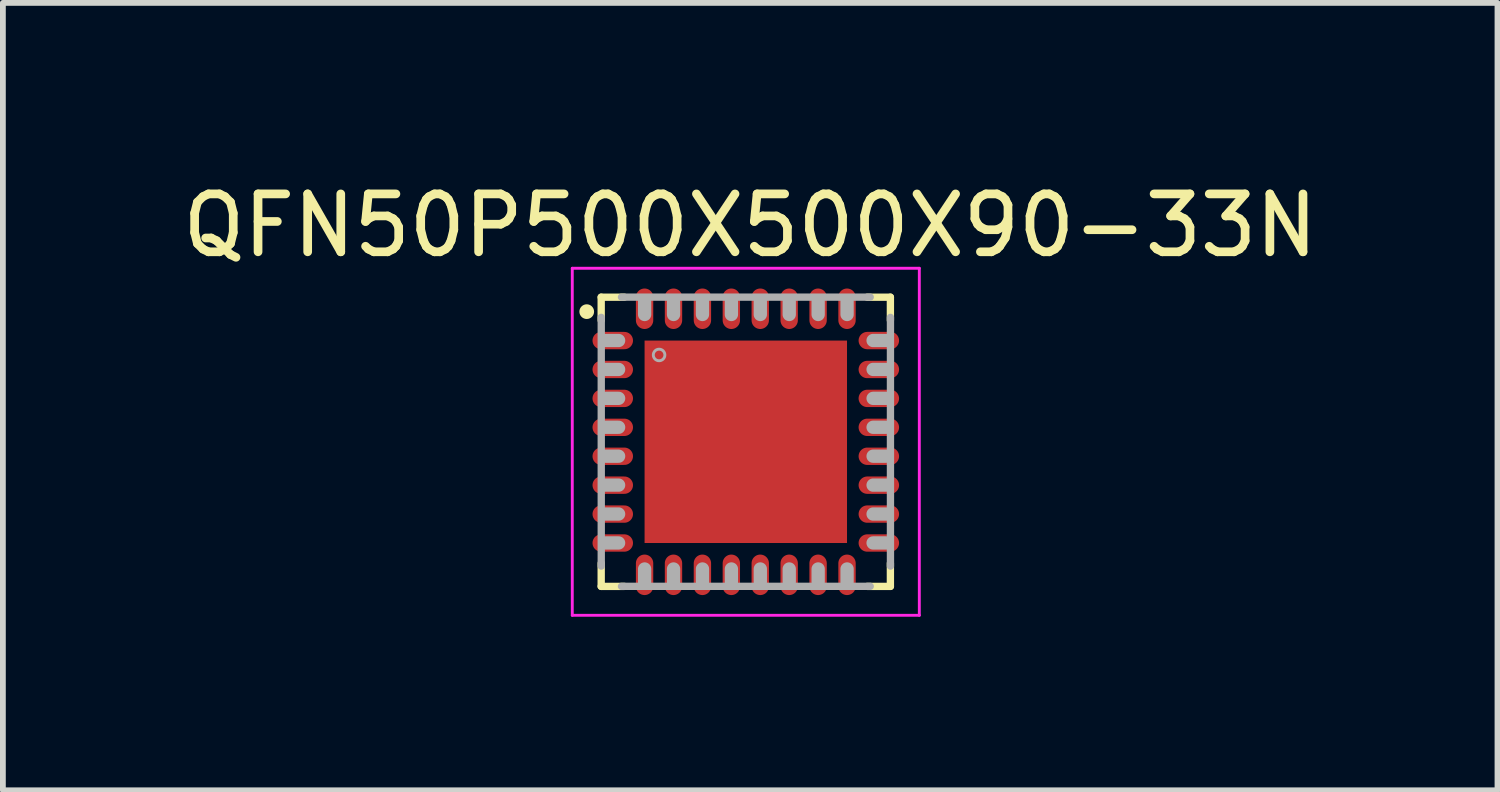
<source format=kicad_pcb>
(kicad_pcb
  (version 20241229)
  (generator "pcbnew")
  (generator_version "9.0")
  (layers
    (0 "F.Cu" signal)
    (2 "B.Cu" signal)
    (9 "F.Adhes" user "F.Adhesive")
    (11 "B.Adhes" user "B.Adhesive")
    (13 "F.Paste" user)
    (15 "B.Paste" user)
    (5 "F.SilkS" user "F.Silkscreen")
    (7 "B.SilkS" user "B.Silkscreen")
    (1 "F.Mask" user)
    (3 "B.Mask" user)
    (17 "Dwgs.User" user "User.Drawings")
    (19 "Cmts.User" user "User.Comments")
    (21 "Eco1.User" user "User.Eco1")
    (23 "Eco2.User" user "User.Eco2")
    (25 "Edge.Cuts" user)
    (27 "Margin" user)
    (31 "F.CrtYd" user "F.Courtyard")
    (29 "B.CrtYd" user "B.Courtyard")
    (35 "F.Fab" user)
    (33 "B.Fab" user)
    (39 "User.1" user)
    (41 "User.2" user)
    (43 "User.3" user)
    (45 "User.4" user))
  (footprint "QFN50P500X500X90-33N"
    (layer "F.Cu")
    (at 9.844 4.588)
    (property "Reference" "QFN50P500X500X90-33N" (at 0.076 -3.74 0) (layer "F.SilkS") (effects (font (size 1.001 1.001) (thickness 0.15))))
    (attr smd)
    (fp_line (start -2.099 -1.751) (end -2.499 -1.751) (stroke (width 0.4) (type solid)) (layer "F.Mask"))
    (fp_line (start -2.099 -1.251) (end -2.499 -1.251) (stroke (width 0.4) (type solid)) (layer "F.Mask"))
    (fp_line (start -2.099 -0.751) (end -2.499 -0.751) (stroke (width 0.4) (type solid)) (layer "F.Mask"))
    (fp_line (start -2.099 -0.251) (end -2.499 -0.251) (stroke (width 0.4) (type solid)) (layer "F.Mask"))
    (fp_line (start -2.099 0.249) (end -2.499 0.249) (stroke (width 0.4) (type solid)) (layer "F.Mask"))
    (fp_line (start -2.099 0.749) (end -2.499 0.749) (stroke (width 0.4) (type solid)) (layer "F.Mask"))
    (fp_line (start -2.099 1.249) (end -2.499 1.249) (stroke (width 0.4) (type solid)) (layer "F.Mask"))
    (fp_line (start -2.099 1.749) (end -2.499 1.749) (stroke (width 0.4) (type solid)) (layer "F.Mask"))
    (fp_line (start -1.749 -2.101) (end -1.749 -2.501) (stroke (width 0.4) (type solid)) (layer "F.Mask"))
    (fp_line (start -1.749 2.099) (end -1.749 2.499) (stroke (width 0.4) (type solid)) (layer "F.Mask"))
    (fp_line (start -1.249 -2.101) (end -1.249 -2.501) (stroke (width 0.4) (type solid)) (layer "F.Mask"))
    (fp_line (start -1.249 2.099) (end -1.249 2.499) (stroke (width 0.4) (type solid)) (layer "F.Mask"))
    (fp_line (start -0.749 -2.101) (end -0.749 -2.501) (stroke (width 0.4) (type solid)) (layer "F.Mask"))
    (fp_line (start -0.749 2.099) (end -0.749 2.499) (stroke (width 0.4) (type solid)) (layer "F.Mask"))
    (fp_line (start -0.249 -2.101) (end -0.249 -2.501) (stroke (width 0.4) (type solid)) (layer "F.Mask"))
    (fp_line (start -0.249 2.099) (end -0.249 2.499) (stroke (width 0.4) (type solid)) (layer "F.Mask"))
    (fp_line (start 0.251 -2.101) (end 0.251 -2.501) (stroke (width 0.4) (type solid)) (layer "F.Mask"))
    (fp_line (start 0.251 2.099) (end 0.251 2.499) (stroke (width 0.4) (type solid)) (layer "F.Mask"))
    (fp_line (start 0.751 -2.101) (end 0.751 -2.501) (stroke (width 0.4) (type solid)) (layer "F.Mask"))
    (fp_line (start 0.751 2.099) (end 0.751 2.499) (stroke (width 0.4) (type solid)) (layer "F.Mask"))
    (fp_line (start 1.251 -2.101) (end 1.251 -2.501) (stroke (width 0.4) (type solid)) (layer "F.Mask"))
    (fp_line (start 1.251 2.099) (end 1.251 2.499) (stroke (width 0.4) (type solid)) (layer "F.Mask"))
    (fp_line (start 1.751 -2.101) (end 1.751 -2.501) (stroke (width 0.4) (type solid)) (layer "F.Mask"))
    (fp_line (start 1.751 2.099) (end 1.751 2.499) (stroke (width 0.4) (type solid)) (layer "F.Mask"))
    (fp_line (start 2.101 -1.751) (end 2.501 -1.751) (stroke (width 0.4) (type solid)) (layer "F.Mask"))
    (fp_line (start 2.101 -1.251) (end 2.501 -1.251) (stroke (width 0.4) (type solid)) (layer "F.Mask"))
    (fp_line (start 2.101 -0.751) (end 2.501 -0.751) (stroke (width 0.4) (type solid)) (layer "F.Mask"))
    (fp_line (start 2.101 -0.251) (end 2.501 -0.251) (stroke (width 0.4) (type solid)) (layer "F.Mask"))
    (fp_line (start 2.101 0.249) (end 2.501 0.249) (stroke (width 0.4) (type solid)) (layer "F.Mask"))
    (fp_line (start 2.101 0.749) (end 2.501 0.749) (stroke (width 0.4) (type solid)) (layer "F.Mask"))
    (fp_line (start 2.101 1.249) (end 2.501 1.249) (stroke (width 0.4) (type solid)) (layer "F.Mask"))
    (fp_line (start 2.101 1.749) (end 2.501 1.749) (stroke (width 0.4) (type solid)) (layer "F.Mask"))
    (fp_line (start -2.5 -2.5) (end -2.5 -2.1) (stroke (width 0.127) (type solid)) (layer "F.SilkS"))
    (fp_line (start -2.5 2.1) (end -2.5 2.5) (stroke (width 0.127) (type solid)) (layer "F.SilkS"))
    (fp_line (start -2.5 2.5) (end -2.1 2.5) (stroke (width 0.127) (type solid)) (layer "F.SilkS"))
    (fp_line (start -2.1 -2.5) (end -2.5 -2.5) (stroke (width 0.127) (type solid)) (layer "F.SilkS"))
    (fp_line (start 2.1 -2.5) (end 2.5 -2.5) (stroke (width 0.127) (type solid)) (layer "F.SilkS"))
    (fp_line (start 2.1 2.5) (end 2.5 2.5) (stroke (width 0.127) (type solid)) (layer "F.SilkS"))
    (fp_line (start 2.5 -2.5) (end 2.5 -2.1) (stroke (width 0.127) (type solid)) (layer "F.SilkS"))
    (fp_line (start 2.5 2.5) (end 2.5 2.1) (stroke (width 0.127) (type solid)) (layer "F.SilkS"))
    (fp_circle (center -2.75 -2.25) (end -2.623 -2.25) (stroke (width 0) (type solid)) (fill yes) (layer "F.SilkS"))
    (fp_poly (pts (xy -1.101 -1.1) (xy 1.1 -1.1) (xy 1.1 1.101) (xy -1.101 1.101)) (stroke (width 0.01) (type solid)) (fill yes) (layer "F.Paste"))
    (fp_line (start -3 -3) (end 3 -3) (stroke (width 0.05) (type solid)) (layer "F.CrtYd"))
    (fp_line (start -3 3) (end -3 -3) (stroke (width 0.05) (type solid)) (layer "F.CrtYd"))
    (fp_line (start 3 -3) (end 3 3) (stroke (width 0.05) (type solid)) (layer "F.CrtYd"))
    (fp_line (start 3 3) (end -3 3) (stroke (width 0.05) (type solid)) (layer "F.CrtYd"))
    (fp_line (start -2.499 2.149) (end -2.499 -2.151) (stroke (width 0.127) (type solid)) (layer "F.Fab"))
    (fp_line (start -2.199 -1.751) (end -2.424 -1.751) (stroke (width 0.23) (type solid)) (layer "F.Fab"))
    (fp_line (start -2.199 -1.251) (end -2.424 -1.251) (stroke (width 0.23) (type solid)) (layer "F.Fab"))
    (fp_line (start -2.199 -0.751) (end -2.424 -0.751) (stroke (width 0.23) (type solid)) (layer "F.Fab"))
    (fp_line (start -2.199 -0.251) (end -2.424 -0.251) (stroke (width 0.23) (type solid)) (layer "F.Fab"))
    (fp_line (start -2.199 0.249) (end -2.424 0.249) (stroke (width 0.23) (type solid)) (layer "F.Fab"))
    (fp_line (start -2.199 0.749) (end -2.424 0.749) (stroke (width 0.23) (type solid)) (layer "F.Fab"))
    (fp_line (start -2.199 1.249) (end -2.424 1.249) (stroke (width 0.23) (type solid)) (layer "F.Fab"))
    (fp_line (start -2.199 1.749) (end -2.424 1.749) (stroke (width 0.23) (type solid)) (layer "F.Fab"))
    (fp_line (start -2.149 -2.501) (end 2.151 -2.501) (stroke (width 0.127) (type solid)) (layer "F.Fab"))
    (fp_line (start -1.749 -2.201) (end -1.749 -2.426) (stroke (width 0.23) (type solid)) (layer "F.Fab"))
    (fp_line (start -1.749 2.199) (end -1.749 2.424) (stroke (width 0.23) (type solid)) (layer "F.Fab"))
    (fp_line (start -1.249 -2.201) (end -1.249 -2.426) (stroke (width 0.23) (type solid)) (layer "F.Fab"))
    (fp_line (start -1.249 2.199) (end -1.249 2.424) (stroke (width 0.23) (type solid)) (layer "F.Fab"))
    (fp_line (start -0.749 -2.201) (end -0.749 -2.426) (stroke (width 0.23) (type solid)) (layer "F.Fab"))
    (fp_line (start -0.749 2.199) (end -0.749 2.424) (stroke (width 0.23) (type solid)) (layer "F.Fab"))
    (fp_line (start -0.249 -2.201) (end -0.249 -2.426) (stroke (width 0.23) (type solid)) (layer "F.Fab"))
    (fp_line (start -0.249 2.199) (end -0.249 2.424) (stroke (width 0.23) (type solid)) (layer "F.Fab"))
    (fp_line (start 0.251 -2.201) (end 0.251 -2.426) (stroke (width 0.23) (type solid)) (layer "F.Fab"))
    (fp_line (start 0.251 2.199) (end 0.251 2.424) (stroke (width 0.23) (type solid)) (layer "F.Fab"))
    (fp_line (start 0.751 -2.201) (end 0.751 -2.426) (stroke (width 0.23) (type solid)) (layer "F.Fab"))
    (fp_line (start 0.751 2.199) (end 0.751 2.424) (stroke (width 0.23) (type solid)) (layer "F.Fab"))
    (fp_line (start 1.251 -2.201) (end 1.251 -2.426) (stroke (width 0.23) (type solid)) (layer "F.Fab"))
    (fp_line (start 1.251 2.199) (end 1.251 2.424) (stroke (width 0.23) (type solid)) (layer "F.Fab"))
    (fp_line (start 1.751 -2.201) (end 1.751 -2.426) (stroke (width 0.23) (type solid)) (layer "F.Fab"))
    (fp_line (start 1.751 2.199) (end 1.751 2.424) (stroke (width 0.23) (type solid)) (layer "F.Fab"))
    (fp_line (start 2.151 2.499) (end -2.149 2.499) (stroke (width 0.127) (type solid)) (layer "F.Fab"))
    (fp_line (start 2.201 -1.751) (end 2.426 -1.751) (stroke (width 0.23) (type solid)) (layer "F.Fab"))
    (fp_line (start 2.201 -1.251) (end 2.426 -1.251) (stroke (width 0.23) (type solid)) (layer "F.Fab"))
    (fp_line (start 2.201 -0.751) (end 2.426 -0.751) (stroke (width 0.23) (type solid)) (layer "F.Fab"))
    (fp_line (start 2.201 -0.251) (end 2.426 -0.251) (stroke (width 0.23) (type solid)) (layer "F.Fab"))
    (fp_line (start 2.201 0.249) (end 2.426 0.249) (stroke (width 0.23) (type solid)) (layer "F.Fab"))
    (fp_line (start 2.201 0.749) (end 2.426 0.749) (stroke (width 0.23) (type solid)) (layer "F.Fab"))
    (fp_line (start 2.201 1.249) (end 2.426 1.249) (stroke (width 0.23) (type solid)) (layer "F.Fab"))
    (fp_line (start 2.201 1.749) (end 2.426 1.749) (stroke (width 0.23) (type solid)) (layer "F.Fab"))
    (fp_line (start 2.501 -2.151) (end 2.501 2.149) (stroke (width 0.127) (type solid)) (layer "F.Fab"))
    (fp_circle (center -1.499 -1.501) (end -1.399 -1.501) (stroke (width 0.05) (type solid)) (fill no) (layer "F.Fab"))
    (pad "1" smd oval (at -2.3 -1.75) (size 0.7 0.3) (layers "F.Cu" "F.Paste"))
    (pad "2" smd oval (at -2.3 -1.25) (size 0.7 0.3) (layers "F.Cu" "F.Paste"))
    (pad "3" smd oval (at -2.3 -0.75) (size 0.7 0.3) (layers "F.Cu" "F.Paste"))
    (pad "4" smd oval (at -2.3 -0.25) (size 0.7 0.3) (layers "F.Cu" "F.Paste"))
    (pad "5" smd oval (at -2.3 0.25) (size 0.7 0.3) (layers "F.Cu" "F.Paste"))
    (pad "6" smd oval (at -2.3 0.75) (size 0.7 0.3) (layers "F.Cu" "F.Paste"))
    (pad "7" smd oval (at -2.3 1.25) (size 0.7 0.3) (layers "F.Cu" "F.Paste"))
    (pad "8" smd oval (at -2.3 1.75) (size 0.7 0.3) (layers "F.Cu" "F.Paste"))
    (pad "9" smd oval (at -1.75 2.3) (size 0.3 0.7) (layers "F.Cu" "F.Paste"))
    (pad "10" smd oval (at -1.25 2.3) (size 0.3 0.7) (layers "F.Cu" "F.Paste"))
    (pad "11" smd oval (at -0.75 2.3) (size 0.3 0.7) (layers "F.Cu" "F.Paste"))
    (pad "12" smd oval (at -0.25 2.3) (size 0.3 0.7) (layers "F.Cu" "F.Paste"))
    (pad "13" smd oval (at 0.25 2.3) (size 0.3 0.7) (layers "F.Cu" "F.Paste"))
    (pad "14" smd oval (at 0.75 2.3) (size 0.3 0.7) (layers "F.Cu" "F.Paste"))
    (pad "15" smd oval (at 1.25 2.3) (size 0.3 0.7) (layers "F.Cu" "F.Paste"))
    (pad "16" smd oval (at 1.75 2.3) (size 0.3 0.7) (layers "F.Cu" "F.Paste"))
    (pad "17" smd oval (at 2.3 1.75) (size 0.7 0.3) (layers "F.Cu" "F.Paste"))
    (pad "18" smd oval (at 2.3 1.25) (size 0.7 0.3) (layers "F.Cu" "F.Paste"))
    (pad "19" smd oval (at 2.3 0.75) (size 0.7 0.3) (layers "F.Cu" "F.Paste"))
    (pad "20" smd oval (at 2.3 0.25) (size 0.7 0.3) (layers "F.Cu" "F.Paste"))
    (pad "21" smd oval (at 2.3 -0.25) (size 0.7 0.3) (layers "F.Cu" "F.Paste"))
    (pad "22" smd oval (at 2.3 -0.75) (size 0.7 0.3) (layers "F.Cu" "F.Paste"))
    (pad "23" smd oval (at 2.3 -1.25) (size 0.7 0.3) (layers "F.Cu" "F.Paste"))
    (pad "24" smd oval (at 2.3 -1.75) (size 0.7 0.3) (layers "F.Cu" "F.Paste"))
    (pad "25" smd oval (at 1.75 -2.3) (size 0.3 0.7) (layers "F.Cu" "F.Paste"))
    (pad "26" smd oval (at 1.25 -2.3) (size 0.3 0.7) (layers "F.Cu" "F.Paste"))
    (pad "27" smd oval (at 0.75 -2.3) (size 0.3 0.7) (layers "F.Cu" "F.Paste"))
    (pad "28" smd oval (at 0.25 -2.3) (size 0.3 0.7) (layers "F.Cu" "F.Paste"))
    (pad "29" smd oval (at -0.25 -2.3) (size 0.3 0.7) (layers "F.Cu" "F.Paste"))
    (pad "30" smd oval (at -0.75 -2.3) (size 0.3 0.7) (layers "F.Cu" "F.Paste"))
    (pad "31" smd oval (at -1.25 -2.3) (size 0.3 0.7) (layers "F.Cu" "F.Paste"))
    (pad "32" smd oval (at -1.75 -2.3) (size 0.3 0.7) (layers "F.Cu" "F.Paste"))
    (pad "33" smd rect (at 0 0) (size 3.5 3.5) (layers "F.Cu" "F.Mask")))
  (gr_rect
    (start -3 -3)
    (end 22.84 10.613)
    (stroke (width 0.1) (type default))
    (fill no)
    (layer "Edge.Cuts")))
</source>
